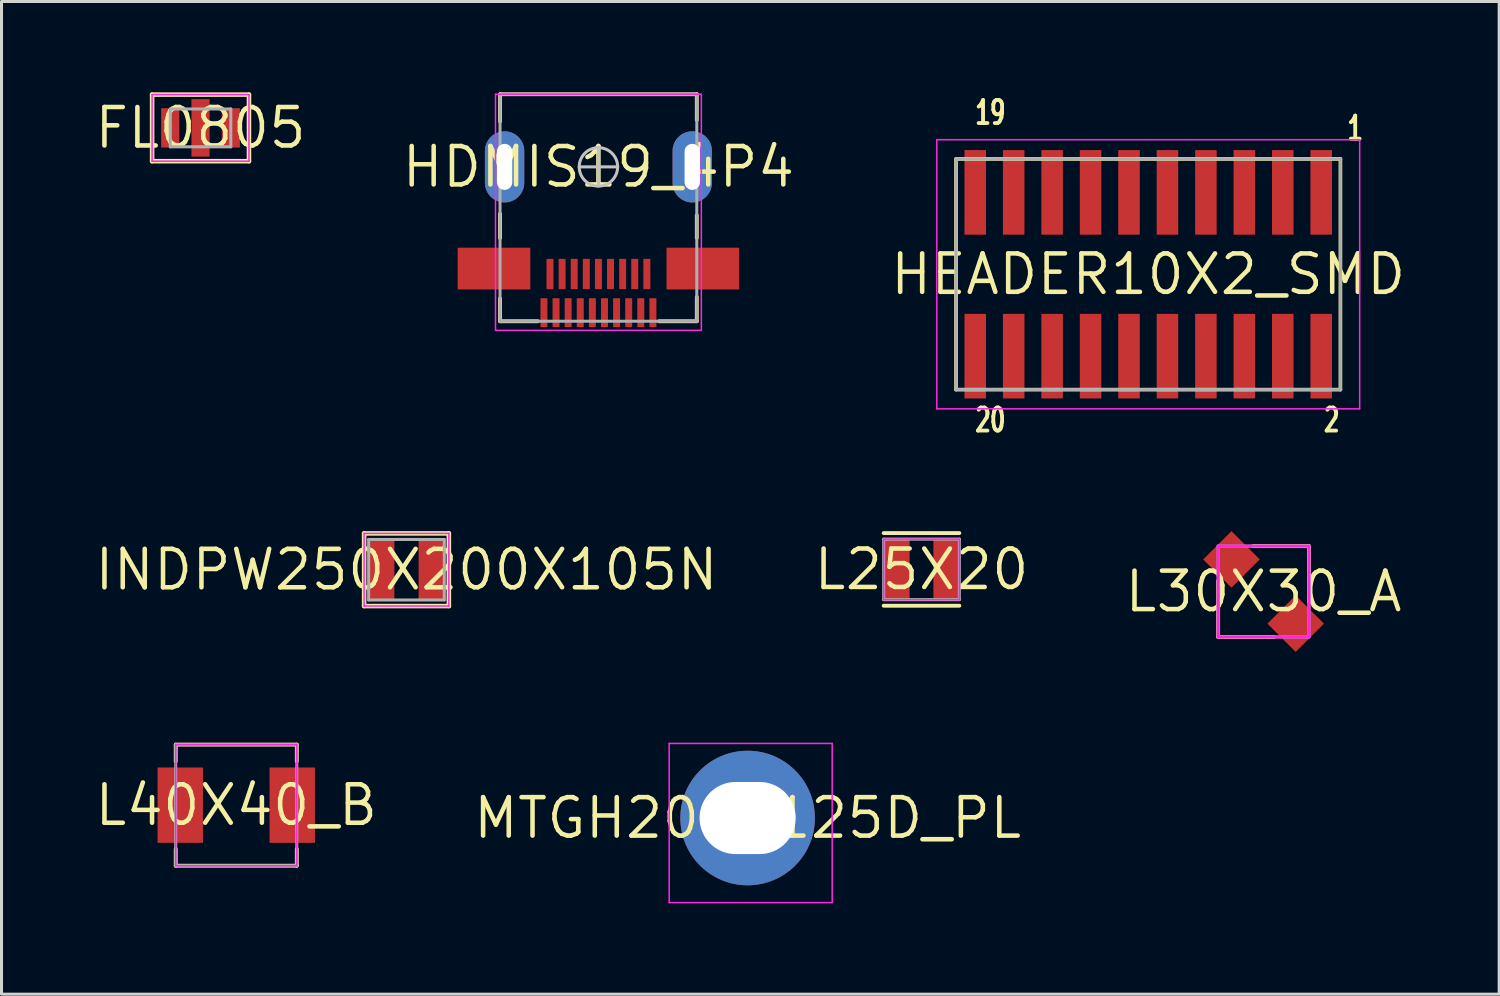
<source format=kicad_pcb>
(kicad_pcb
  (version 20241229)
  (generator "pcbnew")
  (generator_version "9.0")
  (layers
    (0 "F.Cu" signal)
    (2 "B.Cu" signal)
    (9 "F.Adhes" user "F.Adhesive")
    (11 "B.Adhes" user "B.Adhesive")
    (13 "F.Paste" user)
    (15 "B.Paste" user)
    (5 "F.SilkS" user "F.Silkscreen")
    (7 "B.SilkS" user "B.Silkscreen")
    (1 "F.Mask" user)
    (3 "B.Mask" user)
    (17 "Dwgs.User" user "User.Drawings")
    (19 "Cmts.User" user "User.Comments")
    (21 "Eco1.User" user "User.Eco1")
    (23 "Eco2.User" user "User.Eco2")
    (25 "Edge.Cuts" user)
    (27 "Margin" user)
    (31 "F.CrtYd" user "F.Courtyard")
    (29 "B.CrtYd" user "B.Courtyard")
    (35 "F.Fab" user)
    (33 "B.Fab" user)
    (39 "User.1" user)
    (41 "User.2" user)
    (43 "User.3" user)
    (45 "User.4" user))
  (footprint "L40X40_B"
    (layer "F.Cu")
    (at 4.755 23.55)
    (property "Reference" "L40X40_B" (at 0 0 0) (layer "F.SilkS") (effects (font (size 1.27 1.27) (thickness 0.15))))
    (fp_line (start -2 -2) (end 2 -2) (stroke (width 0.127) (type solid)) (layer "F.SilkS"))
    (fp_line (start -2 -1.45) (end -2 -2) (stroke (width 0.127) (type solid)) (layer "F.SilkS"))
    (fp_line (start -2 1.45) (end -2 2) (stroke (width 0.127) (type solid)) (layer "F.SilkS"))
    (fp_line (start -2 2) (end 2 2) (stroke (width 0.127) (type solid)) (layer "F.SilkS"))
    (fp_line (start 2 -2) (end 2 -1.45) (stroke (width 0.127) (type solid)) (layer "F.SilkS"))
    (fp_line (start 2 2) (end 2 1.45) (stroke (width 0.127) (type solid)) (layer "F.SilkS"))
    (fp_line (start -2 -2) (end -2 2) (stroke (width 0.05) (type solid)) (layer "F.CrtYd"))
    (fp_line (start -2 2) (end 2 2) (stroke (width 0.05) (type solid)) (layer "F.CrtYd"))
    (fp_line (start 2 -2) (end -2 -2) (stroke (width 0.05) (type solid)) (layer "F.CrtYd"))
    (fp_line (start 2 2) (end 2 -2) (stroke (width 0.05) (type solid)) (layer "F.CrtYd"))
    (fp_line (start -2 -2) (end -2 2) (stroke (width 0.1) (type solid)) (layer "F.Fab"))
    (fp_line (start -2 2) (end 2 2) (stroke (width 0.1) (type solid)) (layer "F.Fab"))
    (fp_line (start 2 -2) (end -2 -2) (stroke (width 0.1) (type solid)) (layer "F.Fab"))
    (fp_line (start 2 2) (end 2 -2) (stroke (width 0.1) (type solid)) (layer "F.Fab"))
    (pad "1" smd rect (at -1.85 0) (size 1.499 2.489) (layers "F.Cu" "F.Mask" "F.Paste"))
    (pad "2" smd rect (at 1.85 0) (size 1.499 2.489) (layers "F.Cu" "F.Mask" "F.Paste")))
  (footprint "L30X30_A"
    (layer "F.Cu")
    (at 38.694 16.492)
    (property "Reference" "L30X30_A" (at 0 0 0) (layer "F.SilkS") (effects (font (size 1.27 1.27) (thickness 0.15))))
    (fp_line (start -1.5 -0.35) (end -1.5 1.5) (stroke (width 0.127) (type solid)) (layer "F.SilkS"))
    (fp_line (start -1.5 1.5) (end 0.35 1.5) (stroke (width 0.127) (type solid)) (layer "F.SilkS"))
    (fp_line (start -0.35 -1.5) (end 1.5 -1.5) (stroke (width 0.127) (type solid)) (layer "F.SilkS"))
    (fp_line (start 1.5 -1.5) (end 1.5 0.35) (stroke (width 0.127) (type solid)) (layer "F.SilkS"))
    (fp_line (start -1.5 -1.5) (end -1.5 1.5) (stroke (width 0.1) (type solid)) (layer "F.CrtYd"))
    (fp_line (start -1.5 1.5) (end 1.5 1.5) (stroke (width 0.1) (type solid)) (layer "F.CrtYd"))
    (fp_line (start 1.5 -1.5) (end -1.5 -1.5) (stroke (width 0.1) (type solid)) (layer "F.CrtYd"))
    (fp_line (start 1.5 1.5) (end 1.5 -1.5) (stroke (width 0.1) (type solid)) (layer "F.CrtYd"))
    (fp_line (start -1.5 -1.5) (end -1.5 1.5) (stroke (width 0.1) (type solid)) (layer "F.Fab"))
    (fp_line (start -1.5 1.5) (end 1.5 1.5) (stroke (width 0.1) (type solid)) (layer "F.Fab"))
    (fp_line (start 1.5 -1.5) (end -1.5 -1.5) (stroke (width 0.1) (type solid)) (layer "F.Fab"))
    (fp_line (start 1.5 1.5) (end 1.5 -1.5) (stroke (width 0.1) (type solid)) (layer "F.Fab"))
    (pad "1" smd rect (at -1.061 -1.061 45) (size 1.321 1.321) (layers "F.Cu" "F.Mask" "F.Paste"))
    (pad "2" smd rect (at 1.061 1.061 45) (size 1.321 1.321) (layers "F.Cu" "F.Mask" "F.Paste")))
  (footprint "FL0805"
    (layer "F.Cu")
    (at 3.575 1.175)
    (property "Reference" "FL0805" (at 0 0 180) (layer "F.SilkS") (effects (font (size 1.27 1.27) (thickness 0.15))))
    (fp_line (start -1.6 -1.1) (end -1.6 1.1) (stroke (width 0.15) (type solid)) (layer "F.SilkS"))
    (fp_line (start -1.6 1.1) (end 1.6 1.1) (stroke (width 0.15) (type solid)) (layer "F.SilkS"))
    (fp_line (start 1.6 -1.1) (end -1.6 -1.1) (stroke (width 0.15) (type solid)) (layer "F.SilkS"))
    (fp_line (start 1.6 1.1) (end 1.6 -1.1) (stroke (width 0.15) (type solid)) (layer "F.SilkS"))
    (fp_line (start -1.6 -1.1) (end 1.6 -1.1) (stroke (width 0.05) (type solid)) (layer "F.CrtYd"))
    (fp_line (start -1.6 1.1) (end -1.6 -1.1) (stroke (width 0.05) (type solid)) (layer "F.CrtYd"))
    (fp_line (start 1.6 -1.1) (end 1.6 1.1) (stroke (width 0.05) (type solid)) (layer "F.CrtYd"))
    (fp_line (start 1.6 1.1) (end -1.6 1.1) (stroke (width 0.05) (type solid)) (layer "F.CrtYd"))
    (fp_line (start -1 -0.625) (end -1 0.625) (stroke (width 0.1) (type solid)) (layer "F.Fab"))
    (fp_line (start -1 0.625) (end 1 0.625) (stroke (width 0.1) (type solid)) (layer "F.Fab"))
    (fp_line (start 1 -0.625) (end -1 -0.625) (stroke (width 0.1) (type solid)) (layer "F.Fab"))
    (fp_line (start 1 0.625) (end 1 -0.625) (stroke (width 0.1) (type solid)) (layer "F.Fab"))
    (pad "1" smd rect (at 1 0) (size 0.6 1.3) (layers "F.Cu" "F.Mask" "F.Paste"))
    (pad "2" smd rect (at 0 0) (size 0.6 1.9) (layers "F.Cu" "F.Mask" "F.Paste"))
    (pad "3" smd rect (at -1 0) (size 0.6 1.3) (layers "F.Cu" "F.Mask" "F.Paste")))
  (footprint "HEADER10X2_SMD"
    (layer "F.Cu")
    (at 34.884 6.011)
    (property "Reference" "HEADER10X2_SMD" (at 0 0 180) (layer "F.SilkS") (effects (font (size 1.27 1.27) (thickness 0.15))))
    (fp_line (start -6.35 -3.81) (end 6.35 -3.81) (stroke (width 0.12) (type solid)) (layer "F.SilkS"))
    (fp_line (start -6.35 3.81) (end -6.35 -3.81) (stroke (width 0.12) (type solid)) (layer "F.SilkS"))
    (fp_line (start 6.35 -3.81) (end 6.35 3.81) (stroke (width 0.12) (type solid)) (layer "F.SilkS"))
    (fp_line (start 6.35 3.81) (end -6.35 3.81) (stroke (width 0.12) (type solid)) (layer "F.SilkS"))
    (fp_line (start -6.985 -4.445) (end 6.985 -4.445) (stroke (width 0.05) (type solid)) (layer "F.CrtYd"))
    (fp_line (start -6.985 4.445) (end -6.985 -4.445) (stroke (width 0.05) (type solid)) (layer "F.CrtYd"))
    (fp_line (start 6.985 -4.445) (end 6.985 4.445) (stroke (width 0.05) (type solid)) (layer "F.CrtYd"))
    (fp_line (start 6.985 4.445) (end -6.985 4.445) (stroke (width 0.05) (type solid)) (layer "F.CrtYd"))
    (fp_line (start -6.35 -3.81) (end 6.35 -3.81) (stroke (width 0.1) (type solid)) (layer "F.Fab"))
    (fp_line (start -6.35 3.81) (end -6.35 -3.81) (stroke (width 0.1) (type solid)) (layer "F.Fab"))
    (fp_line (start 6.35 -3.81) (end 6.35 3.81) (stroke (width 0.1) (type solid)) (layer "F.Fab"))
    (fp_line (start 6.35 3.81) (end -6.35 3.81) (stroke (width 0.1) (type solid)) (layer "F.Fab"))
    (fp_text user "19" (at -4.648 -5.342 180) (layer "F.SilkS") (effects (font (size 0.762 0.508) (thickness 0.152)) (justify right)))
    (fp_text user "1" (at 7.163 -4.826 180) (layer "F.SilkS") (effects (font (size 0.762 0.508) (thickness 0.152)) (justify right)))
    (fp_text user "2" (at 6.388 4.818 180) (layer "F.SilkS") (effects (font (size 0.762 0.508) (thickness 0.152)) (justify right)))
    (fp_text user "20" (at -4.648 4.818 180) (layer "F.SilkS") (effects (font (size 0.762 0.508) (thickness 0.152)) (justify right)))
    (pad "1" smd rect (at 5.715 -2.705) (size 0.711 2.794) (layers "F.Cu" "F.Mask" "F.Paste"))
    (pad "2" smd rect (at 5.715 2.705) (size 0.711 2.794) (layers "F.Cu" "F.Mask" "F.Paste"))
    (pad "3" smd rect (at 4.445 -2.705) (size 0.711 2.794) (layers "F.Cu" "F.Mask" "F.Paste"))
    (pad "4" smd rect (at 4.445 2.705) (size 0.711 2.794) (layers "F.Cu" "F.Mask" "F.Paste"))
    (pad "5" smd rect (at 3.175 -2.705) (size 0.711 2.794) (layers "F.Cu" "F.Mask" "F.Paste"))
    (pad "6" smd rect (at 3.175 2.705) (size 0.711 2.794) (layers "F.Cu" "F.Mask" "F.Paste"))
    (pad "7" smd rect (at 1.905 -2.705) (size 0.711 2.794) (layers "F.Cu" "F.Mask" "F.Paste"))
    (pad "8" smd rect (at 1.905 2.705) (size 0.711 2.794) (layers "F.Cu" "F.Mask" "F.Paste"))
    (pad "9" smd rect (at 0.635 -2.705) (size 0.711 2.794) (layers "F.Cu" "F.Mask" "F.Paste"))
    (pad "10" smd rect (at 0.635 2.705) (size 0.711 2.794) (layers "F.Cu" "F.Mask" "F.Paste"))
    (pad "11" smd rect (at -0.635 -2.705) (size 0.711 2.794) (layers "F.Cu" "F.Mask" "F.Paste"))
    (pad "12" smd rect (at -0.635 2.705) (size 0.711 2.794) (layers "F.Cu" "F.Mask" "F.Paste"))
    (pad "13" smd rect (at -1.905 -2.705) (size 0.711 2.794) (layers "F.Cu" "F.Mask" "F.Paste"))
    (pad "14" smd rect (at -1.905 2.705) (size 0.711 2.794) (layers "F.Cu" "F.Mask" "F.Paste"))
    (pad "15" smd rect (at -3.175 -2.705) (size 0.711 2.794) (layers "F.Cu" "F.Mask" "F.Paste"))
    (pad "16" smd rect (at -3.175 2.705) (size 0.711 2.794) (layers "F.Cu" "F.Mask" "F.Paste"))
    (pad "17" smd rect (at -4.445 -2.705) (size 0.711 2.794) (layers "F.Cu" "F.Mask" "F.Paste"))
    (pad "18" smd rect (at -4.445 2.705) (size 0.711 2.794) (layers "F.Cu" "F.Mask" "F.Paste"))
    (pad "19" smd rect (at -5.715 -2.705) (size 0.711 2.794) (layers "F.Cu" "F.Mask" "F.Paste"))
    (pad "20" smd rect (at -5.715 2.705) (size 0.711 2.794) (layers "F.Cu" "F.Mask" "F.Paste")))
  (footprint "HDMIS19_4P4"
    (layer "F.Cu")
    (at 16.72 2.463)
    (property "Reference" "HDMIS19_4P4" (at 0 0 180) (layer "F.SilkS") (effects (font (size 1.27 1.27) (thickness 0.15))))
    (fp_line (start -3.25 -2.4) (end -3.25 -1.5) (stroke (width 0.127) (type solid)) (layer "F.SilkS"))
    (fp_line (start -3.25 2.35) (end -3.25 1.55) (stroke (width 0.127) (type solid)) (layer "F.SilkS"))
    (fp_line (start -3.25 5.1) (end -3.25 4.35) (stroke (width 0.127) (type solid)) (layer "F.SilkS"))
    (fp_line (start -2 5.1) (end -3.25 5.1) (stroke (width 0.127) (type solid)) (layer "F.SilkS"))
    (fp_line (start 2 5.1) (end 3.25 5.1) (stroke (width 0.127) (type solid)) (layer "F.SilkS"))
    (fp_line (start 3.25 -2.4) (end -3.25 -2.4) (stroke (width 0.127) (type solid)) (layer "F.SilkS"))
    (fp_line (start 3.25 -1.55) (end 3.25 -2.4) (stroke (width 0.127) (type solid)) (layer "F.SilkS"))
    (fp_line (start 3.25 2.35) (end 3.25 1.6) (stroke (width 0.127) (type solid)) (layer "F.SilkS"))
    (fp_line (start 3.25 5.1) (end 3.25 4.3) (stroke (width 0.127) (type solid)) (layer "F.SilkS"))
    (fp_line (start 0 -0.635) (end 0 0.635) (stroke (width 0.1) (type solid)) (layer "Dwgs.User"))
    (fp_line (start 0.635 0) (end -0.635 0) (stroke (width 0.1) (type solid)) (layer "Dwgs.User"))
    (fp_arc (start 0 -0.635) (mid 0 0.635) (end 0 -0.635) (stroke (width 0.1) (type solid)) (layer "Dwgs.User"))
    (fp_line (start -3.4 -2.4) (end 3.4 -2.4) (stroke (width 0.05) (type solid)) (layer "F.CrtYd"))
    (fp_line (start -3.4 5.4) (end -3.4 -2.4) (stroke (width 0.05) (type solid)) (layer "F.CrtYd"))
    (fp_line (start 3.4 -2.4) (end 3.4 5.4) (stroke (width 0.05) (type solid)) (layer "F.CrtYd"))
    (fp_line (start 3.4 5.4) (end -3.4 5.4) (stroke (width 0.05) (type solid)) (layer "F.CrtYd"))
    (fp_line (start -3.25 -2.4) (end 3.25 -2.4) (stroke (width 0.1) (type solid)) (layer "F.Fab"))
    (fp_line (start -3.25 5.1) (end -3.25 -2.4) (stroke (width 0.1) (type solid)) (layer "F.Fab"))
    (fp_line (start 3.25 -2.4) (end 3.25 5.1) (stroke (width 0.1) (type solid)) (layer "F.Fab"))
    (fp_line (start 3.25 5.1) (end -3.25 5.1) (stroke (width 0.1) (type solid)) (layer "F.Fab"))
    (pad "1" smd rect (at -1.8 4.816) (size 0.23 0.952) (layers "F.Cu" "F.Mask" "F.Paste"))
    (pad "2" smd rect (at -1.6 3.54) (size 0.23 1) (layers "F.Cu" "F.Mask" "F.Paste"))
    (pad "3" smd rect (at -1.4 4.816) (size 0.23 0.952) (layers "F.Cu" "F.Mask" "F.Paste"))
    (pad "4" smd rect (at -1.2 3.54) (size 0.23 1) (layers "F.Cu" "F.Mask" "F.Paste"))
    (pad "5" smd rect (at -1 4.816) (size 0.23 0.952) (layers "F.Cu" "F.Mask" "F.Paste"))
    (pad "6" smd rect (at -0.8 3.54) (size 0.23 1) (layers "F.Cu" "F.Mask" "F.Paste"))
    (pad "7" smd rect (at -0.6 4.816) (size 0.23 0.952) (layers "F.Cu" "F.Mask" "F.Paste"))
    (pad "8" smd rect (at -0.4 3.54) (size 0.23 1) (layers "F.Cu" "F.Mask" "F.Paste"))
    (pad "9" smd rect (at -0.2 4.816) (size 0.23 0.952) (layers "F.Cu" "F.Mask" "F.Paste"))
    (pad "10" smd rect (at 0 3.54) (size 0.23 1) (layers "F.Cu" "F.Mask" "F.Paste"))
    (pad "11" smd rect (at 0.2 4.816) (size 0.23 0.952) (layers "F.Cu" "F.Mask" "F.Paste"))
    (pad "12" smd rect (at 0.4 3.54) (size 0.23 1) (layers "F.Cu" "F.Mask" "F.Paste"))
    (pad "13" smd rect (at 0.6 4.816) (size 0.23 0.952) (layers "F.Cu" "F.Mask" "F.Paste"))
    (pad "14" smd rect (at 0.8 3.54) (size 0.23 1) (layers "F.Cu" "F.Mask" "F.Paste"))
    (pad "15" smd rect (at 1 4.816) (size 0.23 0.952) (layers "F.Cu" "F.Mask" "F.Paste"))
    (pad "16" smd rect (at 1.2 3.54) (size 0.23 1) (layers "F.Cu" "F.Mask" "F.Paste"))
    (pad "17" smd rect (at 1.4 4.816) (size 0.23 0.952) (layers "F.Cu" "F.Mask" "F.Paste"))
    (pad "18" smd rect (at 1.6 3.54) (size 0.23 1) (layers "F.Cu" "F.Mask" "F.Paste"))
    (pad "19" smd rect (at 1.8 4.816) (size 0.23 0.952) (layers "F.Cu" "F.Mask" "F.Paste"))
    (pad "20" thru_hole oval (at -3.1 0) (size 1.3 2.35) (drill oval 0.508 1.52) (layers "*.Cu" "*.Mask"))
    (pad "21" thru_hole oval (at 3.1 0) (size 1.3 2.35) (drill oval 0.508 1.52) (layers "*.Cu" "*.Mask"))
    (pad "22" smd rect (at -3.45 3.36 90) (size 1.38 2.4) (layers "F.Cu" "F.Mask" "F.Paste"))
    (pad "23" smd rect (at 3.45 3.36 90) (size 1.38 2.4) (layers "F.Cu" "F.Mask" "F.Paste")))
  (footprint "INDPW250X200X105N"
    (layer "F.Cu")
    (at 10.379 15.772)
    (property "Reference" "INDPW250X200X105N" (at 0 0 180) (layer "F.SilkS") (effects (font (size 1.27 1.27) (thickness 0.15))))
    (fp_line (start -1.4 -1.2) (end -1.4 1.2) (stroke (width 0.15) (type solid)) (layer "F.SilkS"))
    (fp_line (start -1.4 1.2) (end 1.4 1.2) (stroke (width 0.15) (type solid)) (layer "F.SilkS"))
    (fp_line (start 1.4 -1.2) (end -1.4 -1.2) (stroke (width 0.15) (type solid)) (layer "F.SilkS"))
    (fp_line (start 1.4 1.2) (end 1.4 -1.2) (stroke (width 0.15) (type solid)) (layer "F.SilkS"))
    (fp_line (start -1.4 -1.2) (end -1.4 1.2) (stroke (width 0.05) (type solid)) (layer "F.CrtYd"))
    (fp_line (start -1.4 1.2) (end 1.4 1.2) (stroke (width 0.05) (type solid)) (layer "F.CrtYd"))
    (fp_line (start 1.4 -1.2) (end -1.4 -1.2) (stroke (width 0.05) (type solid)) (layer "F.CrtYd"))
    (fp_line (start 1.4 1.2) (end 1.4 -1.2) (stroke (width 0.05) (type solid)) (layer "F.CrtYd"))
    (fp_line (start -1.25 -1) (end 1.25 -1) (stroke (width 0.1) (type solid)) (layer "F.Fab"))
    (fp_line (start -1.25 1) (end -1.25 -1) (stroke (width 0.1) (type solid)) (layer "F.Fab"))
    (fp_line (start 1.25 -1) (end 1.25 1) (stroke (width 0.1) (type solid)) (layer "F.Fab"))
    (fp_line (start 1.25 1) (end -1.25 1) (stroke (width 0.1) (type solid)) (layer "F.Fab"))
    (pad "1" smd rect (at 0.825 0) (size 0.85 2) (layers "F.Cu" "F.Mask" "F.Paste"))
    (pad "2" smd rect (at -0.825 0) (size 0.85 2) (layers "F.Cu" "F.Mask" "F.Paste")))
  (footprint "MTGH200C125D_PL"
    (layer "F.Cu")
    (at 21.649 23.975)
    (property "Reference" "MTGH200C125D_PL" (at 0 0 0) (layer "F.SilkS") (effects (font (size 1.27 1.27) (thickness 0.15))))
    (fp_line (start -2.591 -2.464) (end -2.591 2.794) (stroke (width 0.05) (type solid)) (layer "F.CrtYd"))
    (fp_line (start -2.591 2.794) (end 2.794 2.794) (stroke (width 0.05) (type solid)) (layer "F.CrtYd"))
    (fp_line (start 2.794 -2.464) (end -2.591 -2.464) (stroke (width 0.05) (type solid)) (layer "F.CrtYd"))
    (fp_line (start 2.794 2.794) (end 2.794 -2.464) (stroke (width 0.05) (type solid)) (layer "F.CrtYd"))
    (pad "1" thru_hole circle (at 0 0) (size 4.445 4.445) (drill oval 3.175 2.381) (layers "*.Cu" "*.Mask")))
  (footprint "L25X20"
    (layer "F.Cu")
    (at 27.394 15.761)
    (property "Reference" "L25X20" (at 0 0 0) (layer "F.SilkS") (effects (font (size 1.27 1.27) (thickness 0.15))))
    (fp_line (start 1.25 -1.2) (end -1.25 -1.2) (stroke (width 0.127) (type solid)) (layer "F.SilkS"))
    (fp_line (start 1.25 1.2) (end -1.25 1.2) (stroke (width 0.127) (type solid)) (layer "F.SilkS"))
    (fp_line (start -1.25 -1) (end -1.25 1) (stroke (width 0.05) (type solid)) (layer "F.CrtYd"))
    (fp_line (start -1.25 1) (end 1.25 1) (stroke (width 0.05) (type solid)) (layer "F.CrtYd"))
    (fp_line (start 1.25 -1) (end -1.25 -1) (stroke (width 0.05) (type solid)) (layer "F.CrtYd"))
    (fp_line (start 1.25 1) (end 1.25 -1) (stroke (width 0.05) (type solid)) (layer "F.CrtYd"))
    (fp_line (start -1.25 -1) (end -1.25 1) (stroke (width 0.1) (type solid)) (layer "F.Fab"))
    (fp_line (start -1.25 1) (end 1.25 1) (stroke (width 0.1) (type solid)) (layer "F.Fab"))
    (fp_line (start 1.25 -1) (end -1.25 -1) (stroke (width 0.1) (type solid)) (layer "F.Fab"))
    (fp_line (start 1.25 1) (end 1.25 -1) (stroke (width 0.1) (type solid)) (layer "F.Fab"))
    (pad "1" smd rect (at 0.825 0 180) (size 0.864 2.007) (layers "F.Cu" "F.Mask" "F.Paste"))
    (pad "2" smd rect (at -0.825 0 180) (size 0.864 2.007) (layers "F.Cu" "F.Mask" "F.Paste")))
  (gr_rect
    (start -3 -3)
    (end 46.478 29.794)
    (stroke (width 0.1) (type default))
    (fill no)
    (layer "Edge.Cuts")))
</source>
